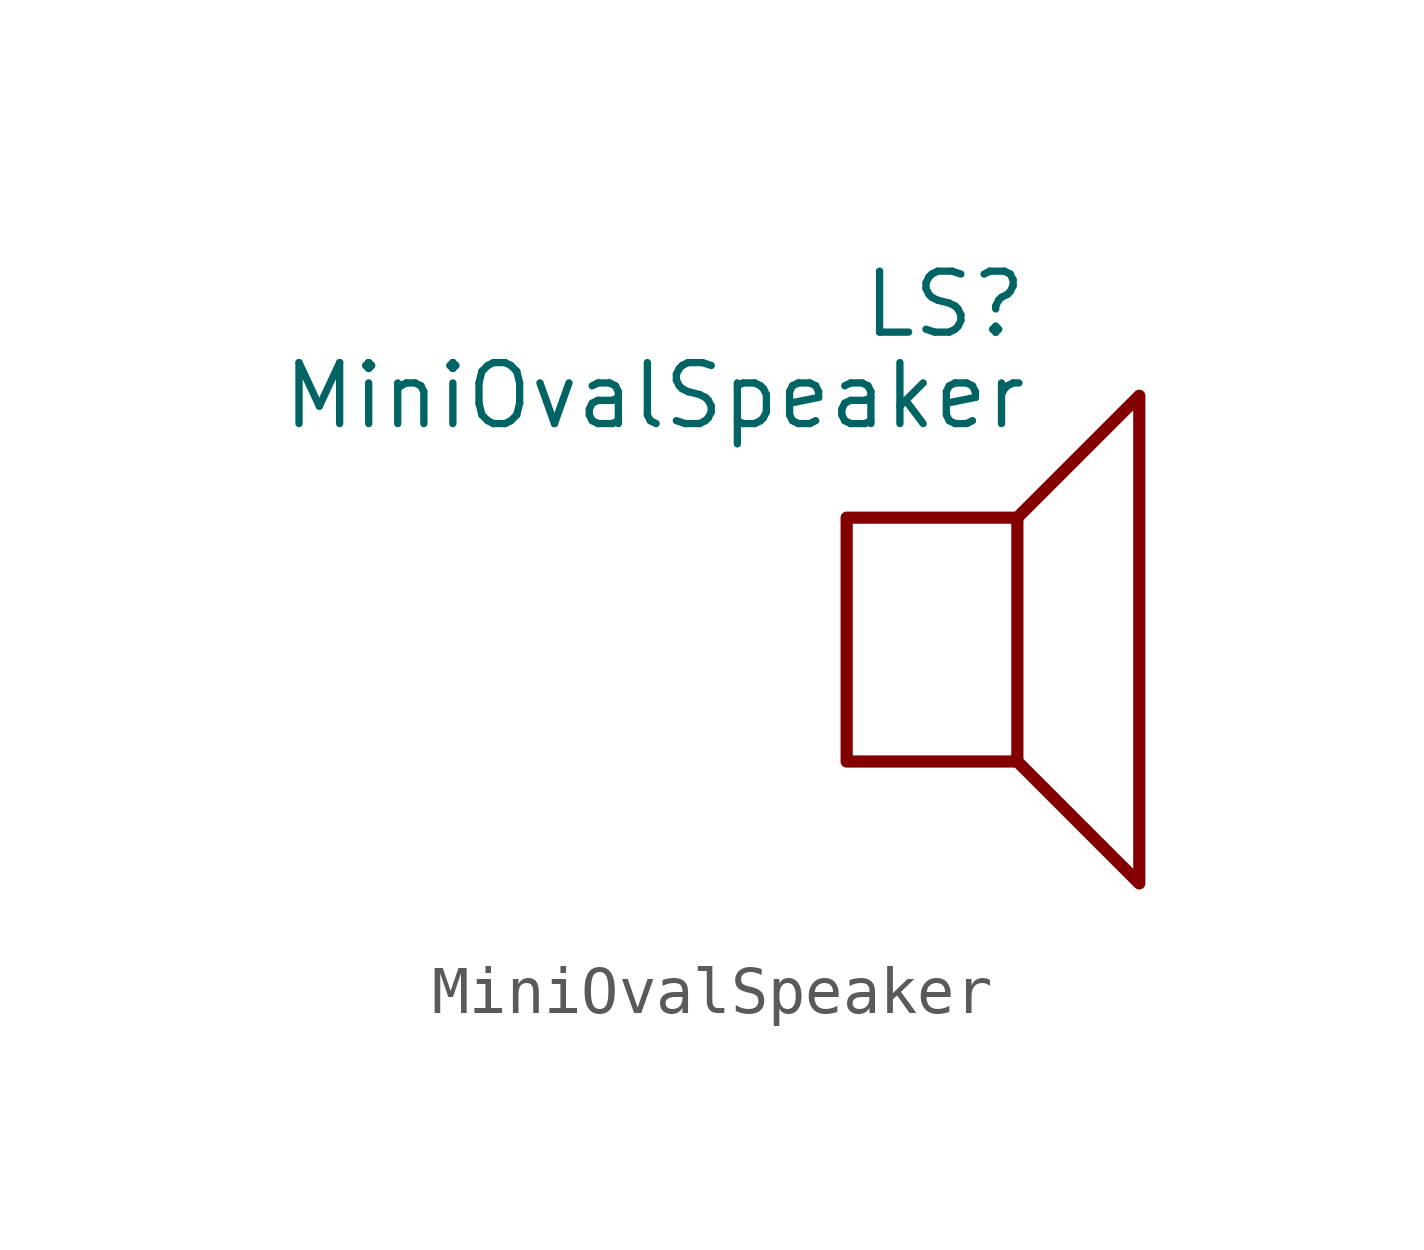
<source format=kicad_sym>
(kicad_symbol_lib
  (version 20231120)
  (generator "kicad_symbol_editor")
  (generator_version "8.0")
  (symbol "MiniOvalSpeaker"
    (pin_names
      (offset 0) hide)
    (property "Reference" "LS"
      (at 1.27 5.715 0)
      (effects (font (size 1.27 1.27)) (justify right)))
    (property "Value" "MiniOvalSpeaker"
      (at 1.27 3.81 0)
      (effects (font (size 1.27 1.27)) (justify right)))
    (symbol "MiniOvalSpeaker_0_0"
      (rectangle (start -2.54 1.27) (end 1.016 -3.81) (stroke (width 0.254) (type default)) (fill (type none)))
      (polyline (pts (xy 1.016 1.27) (xy 3.556 3.81) (xy 3.556 -6.35) (xy 1.016 -3.81)) (stroke (width 0.254) (type default)) (fill (type none))))))
</source>
